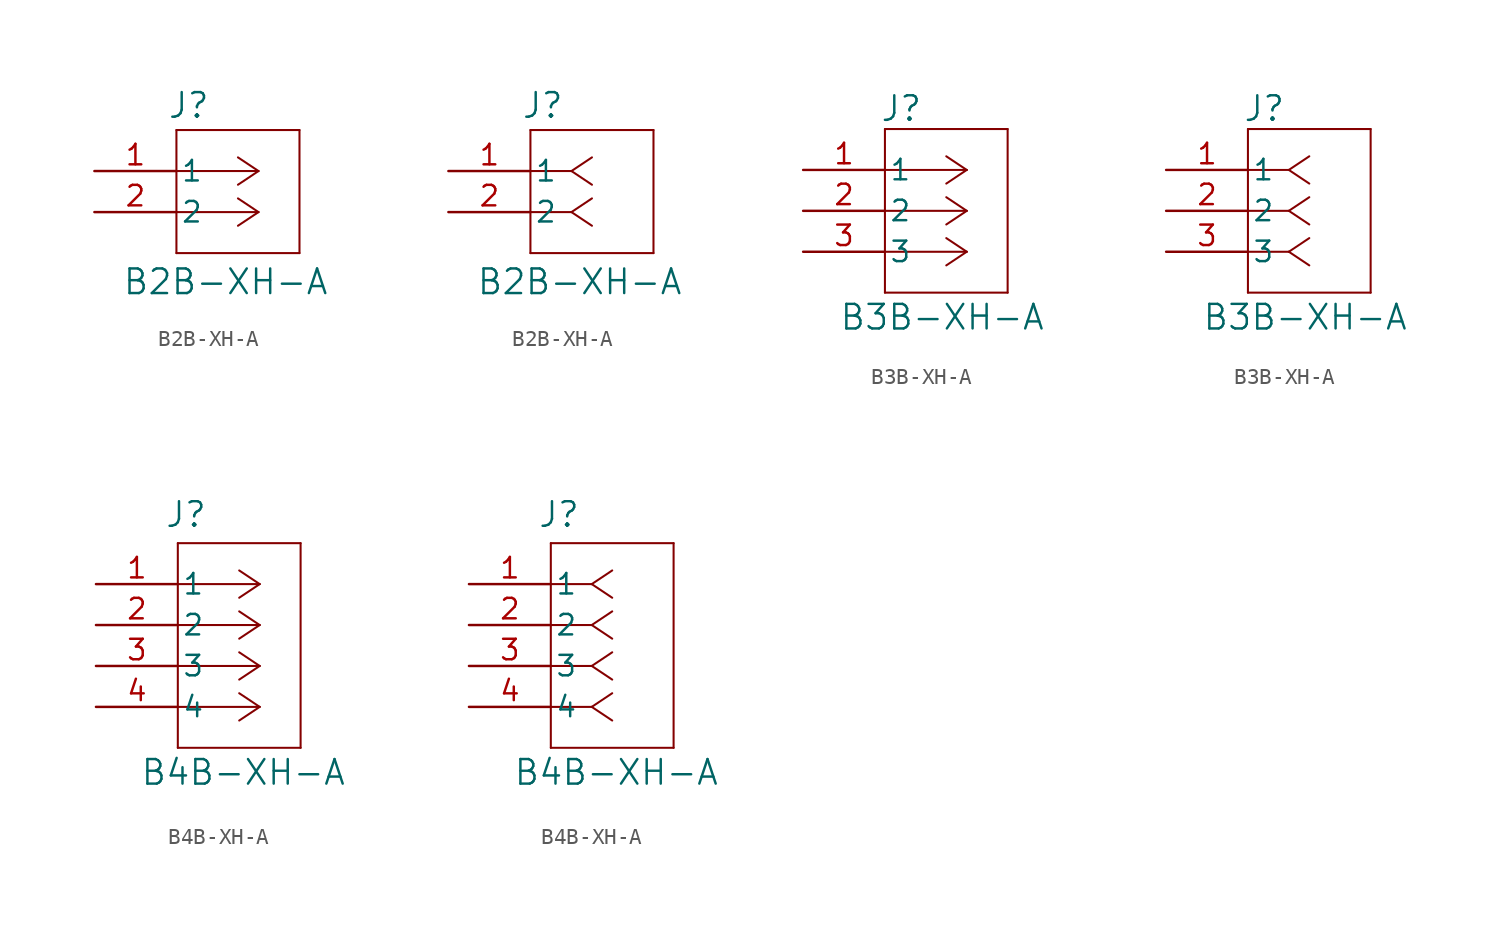
<source format=kicad_sym>
(kicad_symbol_lib
  (version 20231120)
  (generator "kicad_symbol_editor")
  (generator_version "8.0")
  (symbol "B2B-XH-A"
    (pin_names
      (offset 0.254))
    (property "Reference" "J"
      (at 5.842 4.064 0)
      (effects (font (size 1.524 1.524))))
    (property "Value" "B2B-XH-A"
      (at 8.128 -6.858 0)
      (effects (font (size 1.524 1.524))))
    (property "ki_locked" ""
      (at 0 0 0)
      (effects (font (size 1.27 1.27))))
    (symbol "B2B-XH-A_1_1"
      (polyline (pts (xy 5.08 -5.08) (xy 12.7 -5.08)) (stroke (width 0.127) (type default)) (fill (type none)))
      (polyline (pts (xy 5.08 2.54) (xy 5.08 -5.08)) (stroke (width 0.127) (type default)) (fill (type none)))
      (polyline (pts (xy 10.16 -2.54) (xy 5.08 -2.54)) (stroke (width 0.127) (type default)) (fill (type none)))
      (polyline (pts (xy 10.16 -2.54) (xy 8.89 -3.387)) (stroke (width 0.127) (type default)) (fill (type none)))
      (polyline (pts (xy 10.16 -2.54) (xy 8.89 -1.693)) (stroke (width 0.127) (type default)) (fill (type none)))
      (polyline (pts (xy 10.16 0) (xy 5.08 0)) (stroke (width 0.127) (type default)) (fill (type none)))
      (polyline (pts (xy 10.16 0) (xy 8.89 -0.847)) (stroke (width 0.127) (type default)) (fill (type none)))
      (polyline (pts (xy 10.16 0) (xy 8.89 0.847)) (stroke (width 0.127) (type default)) (fill (type none)))
      (polyline (pts (xy 12.7 -5.08) (xy 12.7 2.54)) (stroke (width 0.127) (type default)) (fill (type none)))
      (polyline (pts (xy 12.7 2.54) (xy 5.08 2.54)) (stroke (width 0.127) (type default)) (fill (type none)))
      (pin passive line (at 0 0 0) (length 5.08) (name "1" (effects (font (size 1.27 1.27)))) (number "1" (effects (font (size 1.27 1.27)))))
      (pin passive line (at 0 -2.54 0) (length 5.08) (name "2" (effects (font (size 1.27 1.27)))) (number "2" (effects (font (size 1.27 1.27))))))
    (symbol "B2B-XH-A_1_2"
      (polyline (pts (xy 5.08 -5.08) (xy 12.7 -5.08)) (stroke (width 0.127) (type default)) (fill (type none)))
      (polyline (pts (xy 5.08 2.54) (xy 5.08 -5.08)) (stroke (width 0.127) (type default)) (fill (type none)))
      (polyline (pts (xy 7.62 -2.54) (xy 5.08 -2.54)) (stroke (width 0.127) (type default)) (fill (type none)))
      (polyline (pts (xy 7.62 -2.54) (xy 8.89 -3.387)) (stroke (width 0.127) (type default)) (fill (type none)))
      (polyline (pts (xy 7.62 -2.54) (xy 8.89 -1.693)) (stroke (width 0.127) (type default)) (fill (type none)))
      (polyline (pts (xy 7.62 0) (xy 5.08 0)) (stroke (width 0.127) (type default)) (fill (type none)))
      (polyline (pts (xy 7.62 0) (xy 8.89 -0.847)) (stroke (width 0.127) (type default)) (fill (type none)))
      (polyline (pts (xy 7.62 0) (xy 8.89 0.847)) (stroke (width 0.127) (type default)) (fill (type none)))
      (polyline (pts (xy 12.7 -5.08) (xy 12.7 2.54)) (stroke (width 0.127) (type default)) (fill (type none)))
      (polyline (pts (xy 12.7 2.54) (xy 5.08 2.54)) (stroke (width 0.127) (type default)) (fill (type none)))
      (pin unspecified line (at 0 0 0) (length 5.08) (name "1" (effects (font (size 1.27 1.27)))) (number "1" (effects (font (size 1.27 1.27)))))
      (pin unspecified line (at 0 -2.54 0) (length 5.08) (name "2" (effects (font (size 1.27 1.27)))) (number "2" (effects (font (size 1.27 1.27)))))))
  (symbol "B3B-XH-A"
    (pin_names
      (offset 0.254))
    (property "Reference" "J"
      (at 6.096 3.81 0)
      (effects (font (size 1.524 1.524))))
    (property "Value" "B3B-XH-A"
      (at 8.636 -9.144 0)
      (effects (font (size 1.524 1.524))))
    (property "ki_locked" ""
      (at 0 0 0)
      (effects (font (size 1.27 1.27))))
    (symbol "B3B-XH-A_1_1"
      (polyline (pts (xy 5.08 -7.62) (xy 12.7 -7.62)) (stroke (width 0.127) (type default)) (fill (type none)))
      (polyline (pts (xy 5.08 2.54) (xy 5.08 -7.62)) (stroke (width 0.127) (type default)) (fill (type none)))
      (polyline (pts (xy 10.16 -5.08) (xy 5.08 -5.08)) (stroke (width 0.127) (type default)) (fill (type none)))
      (polyline (pts (xy 10.16 -5.08) (xy 8.89 -5.927)) (stroke (width 0.127) (type default)) (fill (type none)))
      (polyline (pts (xy 10.16 -5.08) (xy 8.89 -4.233)) (stroke (width 0.127) (type default)) (fill (type none)))
      (polyline (pts (xy 10.16 -2.54) (xy 5.08 -2.54)) (stroke (width 0.127) (type default)) (fill (type none)))
      (polyline (pts (xy 10.16 -2.54) (xy 8.89 -3.387)) (stroke (width 0.127) (type default)) (fill (type none)))
      (polyline (pts (xy 10.16 -2.54) (xy 8.89 -1.693)) (stroke (width 0.127) (type default)) (fill (type none)))
      (polyline (pts (xy 10.16 0) (xy 5.08 0)) (stroke (width 0.127) (type default)) (fill (type none)))
      (polyline (pts (xy 10.16 0) (xy 8.89 -0.847)) (stroke (width 0.127) (type default)) (fill (type none)))
      (polyline (pts (xy 10.16 0) (xy 8.89 0.847)) (stroke (width 0.127) (type default)) (fill (type none)))
      (polyline (pts (xy 12.7 -7.62) (xy 12.7 2.54)) (stroke (width 0.127) (type default)) (fill (type none)))
      (polyline (pts (xy 12.7 2.54) (xy 5.08 2.54)) (stroke (width 0.127) (type default)) (fill (type none)))
      (pin passive line (at 0 0 0) (length 5.08) (name "1" (effects (font (size 1.27 1.27)))) (number "1" (effects (font (size 1.27 1.27)))))
      (pin passive line (at 0 -2.54 0) (length 5.08) (name "2" (effects (font (size 1.27 1.27)))) (number "2" (effects (font (size 1.27 1.27)))))
      (pin passive line (at 0 -5.08 0) (length 5.08) (name "3" (effects (font (size 1.27 1.27)))) (number "3" (effects (font (size 1.27 1.27))))))
    (symbol "B3B-XH-A_1_2"
      (polyline (pts (xy 5.08 -7.62) (xy 12.7 -7.62)) (stroke (width 0.127) (type default)) (fill (type none)))
      (polyline (pts (xy 5.08 2.54) (xy 5.08 -7.62)) (stroke (width 0.127) (type default)) (fill (type none)))
      (polyline (pts (xy 7.62 -5.08) (xy 5.08 -5.08)) (stroke (width 0.127) (type default)) (fill (type none)))
      (polyline (pts (xy 7.62 -5.08) (xy 8.89 -5.927)) (stroke (width 0.127) (type default)) (fill (type none)))
      (polyline (pts (xy 7.62 -5.08) (xy 8.89 -4.233)) (stroke (width 0.127) (type default)) (fill (type none)))
      (polyline (pts (xy 7.62 -2.54) (xy 5.08 -2.54)) (stroke (width 0.127) (type default)) (fill (type none)))
      (polyline (pts (xy 7.62 -2.54) (xy 8.89 -3.387)) (stroke (width 0.127) (type default)) (fill (type none)))
      (polyline (pts (xy 7.62 -2.54) (xy 8.89 -1.693)) (stroke (width 0.127) (type default)) (fill (type none)))
      (polyline (pts (xy 7.62 0) (xy 5.08 0)) (stroke (width 0.127) (type default)) (fill (type none)))
      (polyline (pts (xy 7.62 0) (xy 8.89 -0.847)) (stroke (width 0.127) (type default)) (fill (type none)))
      (polyline (pts (xy 7.62 0) (xy 8.89 0.847)) (stroke (width 0.127) (type default)) (fill (type none)))
      (polyline (pts (xy 12.7 -7.62) (xy 12.7 2.54)) (stroke (width 0.127) (type default)) (fill (type none)))
      (polyline (pts (xy 12.7 2.54) (xy 5.08 2.54)) (stroke (width 0.127) (type default)) (fill (type none)))
      (pin unspecified line (at 0 0 0) (length 5.08) (name "1" (effects (font (size 1.27 1.27)))) (number "1" (effects (font (size 1.27 1.27)))))
      (pin unspecified line (at 0 -2.54 0) (length 5.08) (name "2" (effects (font (size 1.27 1.27)))) (number "2" (effects (font (size 1.27 1.27)))))
      (pin unspecified line (at 0 -5.08 0) (length 5.08) (name "3" (effects (font (size 1.27 1.27)))) (number "3" (effects (font (size 1.27 1.27)))))))
  (symbol "B4B-XH-A"
    (pin_names
      (offset 0.254))
    (property "Reference" "J"
      (at 5.588 4.318 0)
      (effects (font (size 1.524 1.524))))
    (property "Value" "B4B-XH-A"
      (at 9.144 -11.684 0)
      (effects (font (size 1.524 1.524))))
    (property "ki_locked" ""
      (at 0 0 0)
      (effects (font (size 1.27 1.27))))
    (symbol "B4B-XH-A_1_1"
      (polyline (pts (xy 5.08 -10.16) (xy 12.7 -10.16)) (stroke (width 0.127) (type default)) (fill (type none)))
      (polyline (pts (xy 5.08 2.54) (xy 5.08 -10.16)) (stroke (width 0.127) (type default)) (fill (type none)))
      (polyline (pts (xy 10.16 -7.62) (xy 5.08 -7.62)) (stroke (width 0.127) (type default)) (fill (type none)))
      (polyline (pts (xy 10.16 -7.62) (xy 8.89 -8.467)) (stroke (width 0.127) (type default)) (fill (type none)))
      (polyline (pts (xy 10.16 -7.62) (xy 8.89 -6.773)) (stroke (width 0.127) (type default)) (fill (type none)))
      (polyline (pts (xy 10.16 -5.08) (xy 5.08 -5.08)) (stroke (width 0.127) (type default)) (fill (type none)))
      (polyline (pts (xy 10.16 -5.08) (xy 8.89 -5.927)) (stroke (width 0.127) (type default)) (fill (type none)))
      (polyline (pts (xy 10.16 -5.08) (xy 8.89 -4.233)) (stroke (width 0.127) (type default)) (fill (type none)))
      (polyline (pts (xy 10.16 -2.54) (xy 5.08 -2.54)) (stroke (width 0.127) (type default)) (fill (type none)))
      (polyline (pts (xy 10.16 -2.54) (xy 8.89 -3.387)) (stroke (width 0.127) (type default)) (fill (type none)))
      (polyline (pts (xy 10.16 -2.54) (xy 8.89 -1.693)) (stroke (width 0.127) (type default)) (fill (type none)))
      (polyline (pts (xy 10.16 0) (xy 5.08 0)) (stroke (width 0.127) (type default)) (fill (type none)))
      (polyline (pts (xy 10.16 0) (xy 8.89 -0.847)) (stroke (width 0.127) (type default)) (fill (type none)))
      (polyline (pts (xy 10.16 0) (xy 8.89 0.847)) (stroke (width 0.127) (type default)) (fill (type none)))
      (polyline (pts (xy 12.7 -10.16) (xy 12.7 2.54)) (stroke (width 0.127) (type default)) (fill (type none)))
      (polyline (pts (xy 12.7 2.54) (xy 5.08 2.54)) (stroke (width 0.127) (type default)) (fill (type none)))
      (pin passive line (at 0 0 0) (length 5.08) (name "1" (effects (font (size 1.27 1.27)))) (number "1" (effects (font (size 1.27 1.27)))))
      (pin passive line (at 0 -2.54 0) (length 5.08) (name "2" (effects (font (size 1.27 1.27)))) (number "2" (effects (font (size 1.27 1.27)))))
      (pin passive line (at 0 -5.08 0) (length 5.08) (name "3" (effects (font (size 1.27 1.27)))) (number "3" (effects (font (size 1.27 1.27)))))
      (pin passive line (at 0 -7.62 0) (length 5.08) (name "4" (effects (font (size 1.27 1.27)))) (number "4" (effects (font (size 1.27 1.27))))))
    (symbol "B4B-XH-A_1_2"
      (polyline (pts (xy 5.08 -10.16) (xy 12.7 -10.16)) (stroke (width 0.127) (type default)) (fill (type none)))
      (polyline (pts (xy 5.08 2.54) (xy 5.08 -10.16)) (stroke (width 0.127) (type default)) (fill (type none)))
      (polyline (pts (xy 7.62 -7.62) (xy 5.08 -7.62)) (stroke (width 0.127) (type default)) (fill (type none)))
      (polyline (pts (xy 7.62 -7.62) (xy 8.89 -8.467)) (stroke (width 0.127) (type default)) (fill (type none)))
      (polyline (pts (xy 7.62 -7.62) (xy 8.89 -6.773)) (stroke (width 0.127) (type default)) (fill (type none)))
      (polyline (pts (xy 7.62 -5.08) (xy 5.08 -5.08)) (stroke (width 0.127) (type default)) (fill (type none)))
      (polyline (pts (xy 7.62 -5.08) (xy 8.89 -5.927)) (stroke (width 0.127) (type default)) (fill (type none)))
      (polyline (pts (xy 7.62 -5.08) (xy 8.89 -4.233)) (stroke (width 0.127) (type default)) (fill (type none)))
      (polyline (pts (xy 7.62 -2.54) (xy 5.08 -2.54)) (stroke (width 0.127) (type default)) (fill (type none)))
      (polyline (pts (xy 7.62 -2.54) (xy 8.89 -3.387)) (stroke (width 0.127) (type default)) (fill (type none)))
      (polyline (pts (xy 7.62 -2.54) (xy 8.89 -1.693)) (stroke (width 0.127) (type default)) (fill (type none)))
      (polyline (pts (xy 7.62 0) (xy 5.08 0)) (stroke (width 0.127) (type default)) (fill (type none)))
      (polyline (pts (xy 7.62 0) (xy 8.89 -0.847)) (stroke (width 0.127) (type default)) (fill (type none)))
      (polyline (pts (xy 7.62 0) (xy 8.89 0.847)) (stroke (width 0.127) (type default)) (fill (type none)))
      (polyline (pts (xy 12.7 -10.16) (xy 12.7 2.54)) (stroke (width 0.127) (type default)) (fill (type none)))
      (polyline (pts (xy 12.7 2.54) (xy 5.08 2.54)) (stroke (width 0.127) (type default)) (fill (type none)))
      (pin unspecified line (at 0 0 0) (length 5.08) (name "1" (effects (font (size 1.27 1.27)))) (number "1" (effects (font (size 1.27 1.27)))))
      (pin unspecified line (at 0 -2.54 0) (length 5.08) (name "2" (effects (font (size 1.27 1.27)))) (number "2" (effects (font (size 1.27 1.27)))))
      (pin unspecified line (at 0 -5.08 0) (length 5.08) (name "3" (effects (font (size 1.27 1.27)))) (number "3" (effects (font (size 1.27 1.27)))))
      (pin unspecified line (at 0 -7.62 0) (length 5.08) (name "4" (effects (font (size 1.27 1.27)))) (number "4" (effects (font (size 1.27 1.27))))))))
</source>
